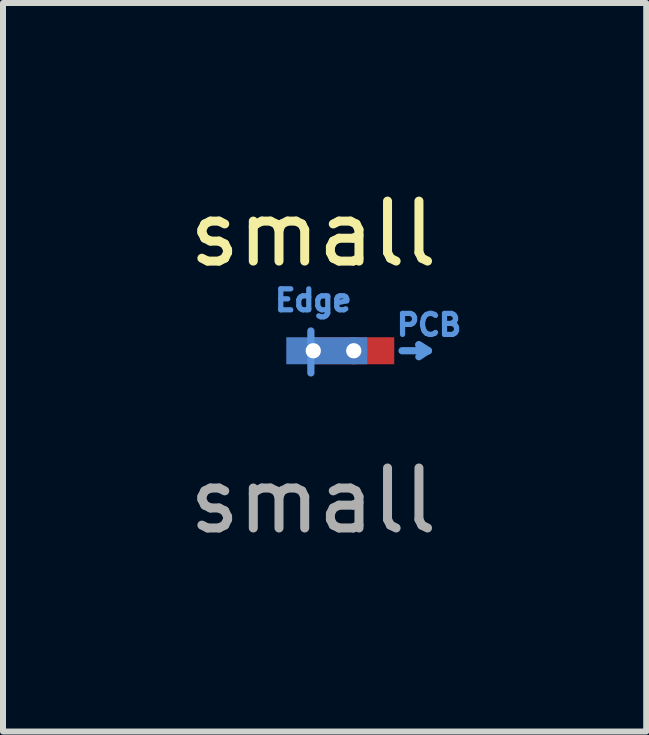
<source format=kicad_pcb>
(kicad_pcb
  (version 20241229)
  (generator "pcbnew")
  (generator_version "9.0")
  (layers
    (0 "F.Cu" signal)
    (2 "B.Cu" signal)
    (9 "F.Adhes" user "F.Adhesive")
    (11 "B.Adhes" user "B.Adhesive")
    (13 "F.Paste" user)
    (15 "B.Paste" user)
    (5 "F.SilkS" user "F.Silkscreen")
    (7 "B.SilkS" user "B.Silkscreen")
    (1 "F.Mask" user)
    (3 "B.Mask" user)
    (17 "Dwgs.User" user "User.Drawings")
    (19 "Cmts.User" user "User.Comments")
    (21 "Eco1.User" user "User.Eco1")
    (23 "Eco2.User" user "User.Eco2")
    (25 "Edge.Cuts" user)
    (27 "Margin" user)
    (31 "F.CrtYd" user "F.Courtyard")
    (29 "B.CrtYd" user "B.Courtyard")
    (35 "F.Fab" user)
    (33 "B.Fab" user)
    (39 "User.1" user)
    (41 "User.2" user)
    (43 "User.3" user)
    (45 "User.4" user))
  (footprint "small"
    (layer "F.Cu")
    (at 2.173 2.798)
    (property "Reference" "small" (at 0 -1.95 0) (unlocked yes) (layer "F.SilkS") (effects (font (size 1 1) (thickness 0.15))))
    (attr through_hole)
    (fp_line (start -0.04 0.37) (end -0.04 -0.33) (stroke (width 0.12) (type solid)) (layer "Cmts.User"))
    (fp_line (start 1.48 0) (end 1.92 0) (stroke (width 0.12) (type solid)) (layer "Cmts.User"))
    (fp_line (start 1.76 -0.1) (end 1.91 0) (stroke (width 0.12) (type solid)) (layer "Cmts.User"))
    (fp_line (start 1.91 0) (end 1.76 0.1) (stroke (width 0.12) (type solid)) (layer "Cmts.User"))
    (fp_line (start 1.92 0) (end 1.76 -0.1) (stroke (width 0.12) (type solid)) (layer "Cmts.User"))
    (fp_text user "PCB" (at 1.93 -0.43 0) (unlocked yes) (layer "Cmts.User") (effects (font (size 0.35 0.35) (thickness 0.087))))
    (fp_text user "Edge" (at 0 -0.84 0) (unlocked yes) (layer "Cmts.User") (effects (font (size 0.35 0.35) (thickness 0.087))))
    (fp_text user "${REFERENCE}" (at 0 2.5 0) (unlocked yes) (layer "F.Fab") (effects (font (size 1 1) (thickness 0.15))))
    (pad "1" thru_hole circle (at 0 0) (size 0.45 0.45) (drill 0.254) (property pad_prop_castellated) (layers "*.Cu" "*.Mask"))
    (pad "1" smd rect (at 0.225 0) (size 1.35 0.45) (layers "B.Cu" "B.Mask"))
    (pad "1" thru_hole circle (at 0.675 0) (size 0.45 0.45) (drill 0.254) (layers "*.Cu" "*.Mask"))
    (pad "1" smd rect (at 0.675 0) (size 1.35 0.45) (layers "F.Cu" "F.Mask")))
  (gr_rect
    (start -3 -3)
    (end 7.724 9.146)
    (stroke (width 0.1) (type default))
    (fill no)
    (layer "Edge.Cuts")))
</source>
